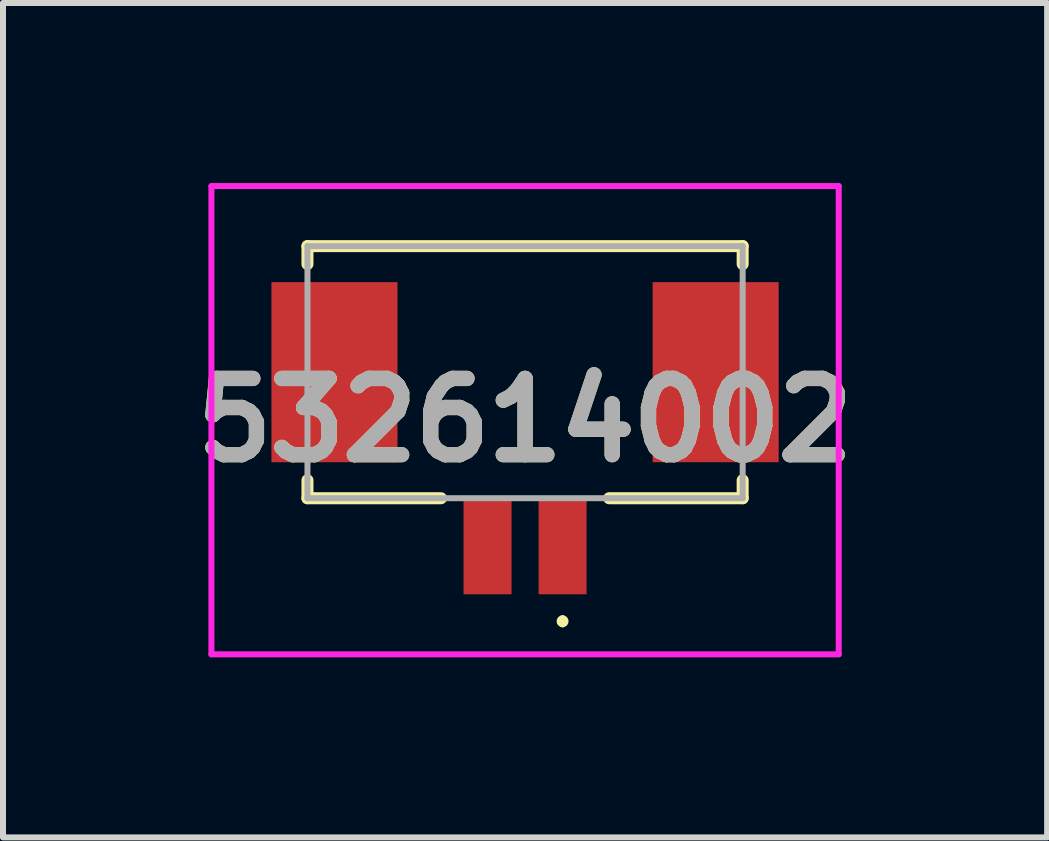
<source format=kicad_pcb>
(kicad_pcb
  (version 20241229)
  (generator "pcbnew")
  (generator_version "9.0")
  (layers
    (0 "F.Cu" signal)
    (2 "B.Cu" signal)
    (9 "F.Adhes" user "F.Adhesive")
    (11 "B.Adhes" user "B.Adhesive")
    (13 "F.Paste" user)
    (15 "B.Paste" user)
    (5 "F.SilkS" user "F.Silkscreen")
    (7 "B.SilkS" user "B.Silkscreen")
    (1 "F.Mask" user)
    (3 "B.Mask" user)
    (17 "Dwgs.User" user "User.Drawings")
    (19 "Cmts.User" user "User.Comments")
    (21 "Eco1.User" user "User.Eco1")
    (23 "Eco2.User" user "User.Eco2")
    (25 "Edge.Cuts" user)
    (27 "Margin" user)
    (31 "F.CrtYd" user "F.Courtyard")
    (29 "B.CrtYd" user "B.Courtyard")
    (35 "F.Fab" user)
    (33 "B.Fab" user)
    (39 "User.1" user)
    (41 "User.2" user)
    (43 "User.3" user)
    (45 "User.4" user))
  (footprint "532614002"
    (layer "F.Cu")
    (at 5.697 3.55)
    (property "Reference" "532614002" (at 0 0.4 0) (layer "F.SilkS") (effects (font (size 1.27 1.27) (thickness 0.254))))
    (attr smd)
    (fp_line (start -3.625 -2.5) (end 3.625 -2.5) (stroke (width 0.2) (type solid)) (layer "F.SilkS"))
    (fp_line (start -3.625 -2.2) (end -3.625 -2.5) (stroke (width 0.2) (type solid)) (layer "F.SilkS"))
    (fp_line (start -3.625 1.4) (end -3.625 1.7) (stroke (width 0.2) (type solid)) (layer "F.SilkS"))
    (fp_line (start -3.625 1.7) (end -1.4 1.7) (stroke (width 0.2) (type solid)) (layer "F.SilkS"))
    (fp_line (start 0.625 3.7) (end 0.625 3.7) (stroke (width 0.1) (type solid)) (layer "F.SilkS"))
    (fp_line (start 0.625 3.8) (end 0.625 3.8) (stroke (width 0.1) (type solid)) (layer "F.SilkS"))
    (fp_line (start 1.4 1.7) (end 3.625 1.7) (stroke (width 0.2) (type solid)) (layer "F.SilkS"))
    (fp_line (start 3.625 -2.5) (end 3.625 -2.2) (stroke (width 0.2) (type solid)) (layer "F.SilkS"))
    (fp_line (start 3.625 1.7) (end 3.625 1.4) (stroke (width 0.2) (type solid)) (layer "F.SilkS"))
    (fp_arc (start 0.625 3.7) (mid 0.675 3.75) (end 0.625 3.8) (stroke (width 0.1) (type solid)) (layer "F.SilkS"))
    (fp_arc (start 0.625 3.8) (mid 0.575 3.75) (end 0.625 3.7) (stroke (width 0.1) (type solid)) (layer "F.SilkS"))
    (fp_line (start -5.225 -3.5) (end 5.225 -3.5) (stroke (width 0.1) (type solid)) (layer "F.CrtYd"))
    (fp_line (start -5.225 4.3) (end -5.225 -3.5) (stroke (width 0.1) (type solid)) (layer "F.CrtYd"))
    (fp_line (start 5.225 -3.5) (end 5.225 4.3) (stroke (width 0.1) (type solid)) (layer "F.CrtYd"))
    (fp_line (start 5.225 4.3) (end -5.225 4.3) (stroke (width 0.1) (type solid)) (layer "F.CrtYd"))
    (fp_line (start -3.625 -2.5) (end 3.625 -2.5) (stroke (width 0.1) (type solid)) (layer "F.Fab"))
    (fp_line (start -3.625 1.7) (end -3.625 -2.5) (stroke (width 0.1) (type solid)) (layer "F.Fab"))
    (fp_line (start 3.625 -2.5) (end 3.625 1.7) (stroke (width 0.1) (type solid)) (layer "F.Fab"))
    (fp_line (start 3.625 1.7) (end -3.625 1.7) (stroke (width 0.1) (type solid)) (layer "F.Fab"))
    (fp_text user "${REFERENCE}" (at 0 0.4 0) (layer "F.Fab") (effects (font (size 1.27 1.27) (thickness 0.254))))
    (pad "1" smd rect (at 0.625 2.5) (size 0.8 1.6) (layers "F.Cu" "F.Mask" "F.Paste"))
    (pad "2" smd rect (at -0.625 2.5) (size 0.8 1.6) (layers "F.Cu" "F.Mask" "F.Paste"))
    (pad "MP1" smd rect (at 3.175 -0.4) (size 2.1 3) (layers "F.Cu" "F.Mask" "F.Paste"))
    (pad "MP2" smd rect (at -3.175 -0.4) (size 2.1 3) (layers "F.Cu" "F.Mask" "F.Paste")))
  (gr_rect
    (start -3 -3)
    (end 14.394 10.9)
    (stroke (width 0.1) (type default))
    (fill no)
    (layer "Edge.Cuts")))
</source>
